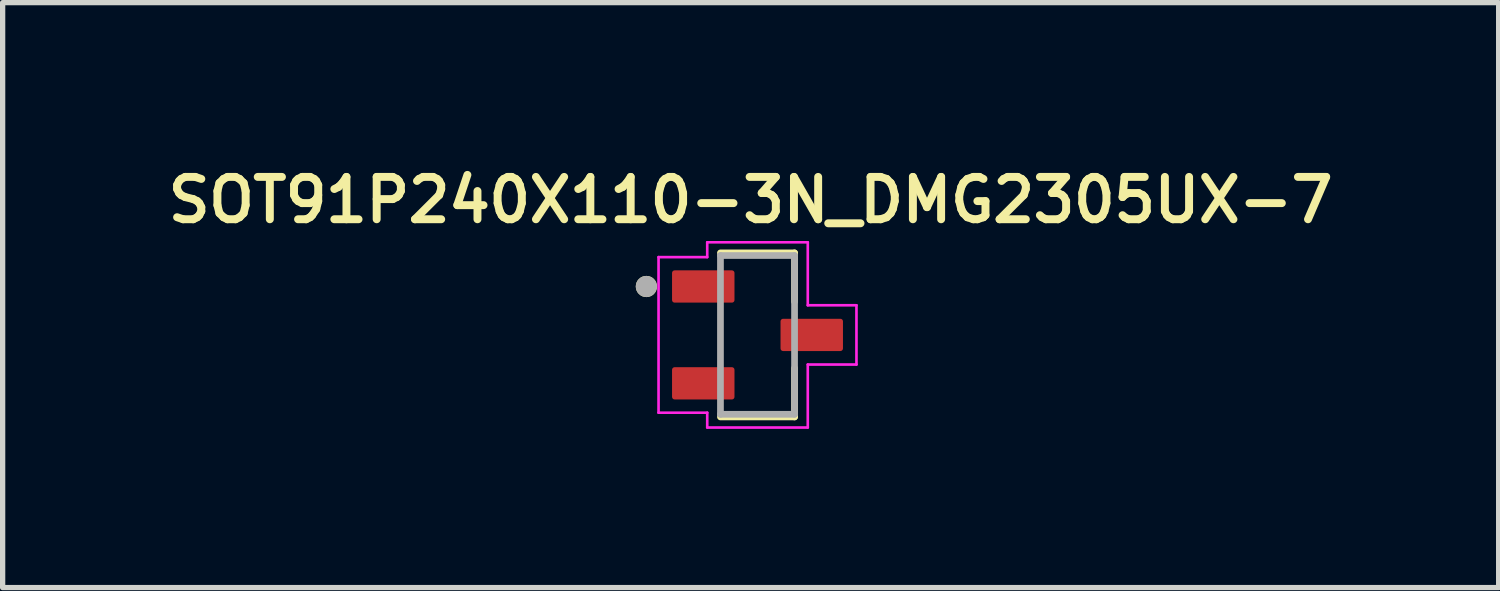
<source format=kicad_pcb>
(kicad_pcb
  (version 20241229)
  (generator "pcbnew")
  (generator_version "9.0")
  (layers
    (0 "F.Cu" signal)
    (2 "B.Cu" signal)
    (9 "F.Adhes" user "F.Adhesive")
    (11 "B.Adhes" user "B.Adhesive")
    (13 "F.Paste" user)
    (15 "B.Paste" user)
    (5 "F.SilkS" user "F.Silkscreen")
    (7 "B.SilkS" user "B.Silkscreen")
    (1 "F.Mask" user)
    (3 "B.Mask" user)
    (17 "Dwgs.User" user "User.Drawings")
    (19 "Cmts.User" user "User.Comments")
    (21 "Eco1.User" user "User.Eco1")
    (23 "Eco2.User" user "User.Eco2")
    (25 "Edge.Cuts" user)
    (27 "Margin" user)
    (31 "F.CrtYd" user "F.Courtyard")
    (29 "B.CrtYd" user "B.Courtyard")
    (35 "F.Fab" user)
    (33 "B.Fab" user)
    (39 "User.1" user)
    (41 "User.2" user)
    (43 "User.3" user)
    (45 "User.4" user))
  (footprint "SOT91P240X110-3N_DMG2305UX-7"
    (layer "F.Cu")
    (at 11.265 3.279)
    (property "Reference" "SOT91P240X110-3N_DMG2305UX-7" (at -0.13 -2.548 0) (layer "F.SilkS") (effects (font (size 0.8 0.8) (thickness 0.15))))
    (attr through_hole)
    (fp_line (start -0.7 -1.55) (end 0.7 -1.55) (stroke (width 0.127) (type solid)) (layer "F.SilkS"))
    (fp_line (start 0.7 -1.55) (end 0.7 -0.63) (stroke (width 0.127) (type solid)) (layer "F.SilkS"))
    (fp_line (start 0.7 0.63) (end 0.7 1.55) (stroke (width 0.127) (type solid)) (layer "F.SilkS"))
    (fp_line (start 0.7 1.55) (end -0.7 1.55) (stroke (width 0.127) (type solid)) (layer "F.SilkS"))
    (fp_circle (center -2.1 -0.915) (end -2 -0.915) (stroke (width 0.2) (type solid)) (fill no) (layer "F.SilkS"))
    (fp_line (start -1.87 -1.47) (end -0.95 -1.47) (stroke (width 0.05) (type solid)) (layer "F.CrtYd"))
    (fp_line (start -1.87 1.47) (end -1.87 -1.47) (stroke (width 0.05) (type solid)) (layer "F.CrtYd"))
    (fp_line (start -0.95 -1.75) (end 0.95 -1.75) (stroke (width 0.05) (type solid)) (layer "F.CrtYd"))
    (fp_line (start -0.95 -1.47) (end -0.95 -1.75) (stroke (width 0.05) (type solid)) (layer "F.CrtYd"))
    (fp_line (start -0.95 1.47) (end -1.87 1.47) (stroke (width 0.05) (type solid)) (layer "F.CrtYd"))
    (fp_line (start -0.95 1.75) (end -0.95 1.47) (stroke (width 0.05) (type solid)) (layer "F.CrtYd"))
    (fp_line (start 0.95 -1.75) (end 0.95 -0.56) (stroke (width 0.05) (type solid)) (layer "F.CrtYd"))
    (fp_line (start 0.95 -0.56) (end 1.87 -0.56) (stroke (width 0.05) (type solid)) (layer "F.CrtYd"))
    (fp_line (start 0.95 0.56) (end 0.95 1.75) (stroke (width 0.05) (type solid)) (layer "F.CrtYd"))
    (fp_line (start 0.95 1.75) (end -0.95 1.75) (stroke (width 0.05) (type solid)) (layer "F.CrtYd"))
    (fp_line (start 1.87 -0.56) (end 1.87 0.56) (stroke (width 0.05) (type solid)) (layer "F.CrtYd"))
    (fp_line (start 1.87 0.56) (end 0.95 0.56) (stroke (width 0.05) (type solid)) (layer "F.CrtYd"))
    (fp_line (start -0.7 -1.5) (end 0.7 -1.5) (stroke (width 0.127) (type solid)) (layer "F.Fab"))
    (fp_line (start -0.7 1.5) (end -0.7 -1.5) (stroke (width 0.127) (type solid)) (layer "F.Fab"))
    (fp_line (start 0.7 -1.5) (end 0.7 1.5) (stroke (width 0.127) (type solid)) (layer "F.Fab"))
    (fp_line (start 0.7 1.5) (end -0.7 1.5) (stroke (width 0.127) (type solid)) (layer "F.Fab"))
    (fp_circle (center -2.1 -0.915) (end -2 -0.915) (stroke (width 0.2) (type solid)) (fill no) (layer "F.Fab"))
    (pad "1" smd roundrect (at -1.025 -0.915) (size 1.18 0.61) (layers "F.Cu" "F.Mask" "F.Paste") (roundrect_rratio 0.08))
    (pad "2" smd roundrect (at -1.025 0.915) (size 1.18 0.61) (layers "F.Cu" "F.Mask" "F.Paste") (roundrect_rratio 0.08))
    (pad "3" smd roundrect (at 1.025 0) (size 1.18 0.61) (layers "F.Cu" "F.Mask" "F.Paste") (roundrect_rratio 0.08)))
  (gr_rect
    (start -3 -3)
    (end 25.271 8.054)
    (stroke (width 0.1) (type default))
    (fill no)
    (layer "Edge.Cuts")))
</source>
